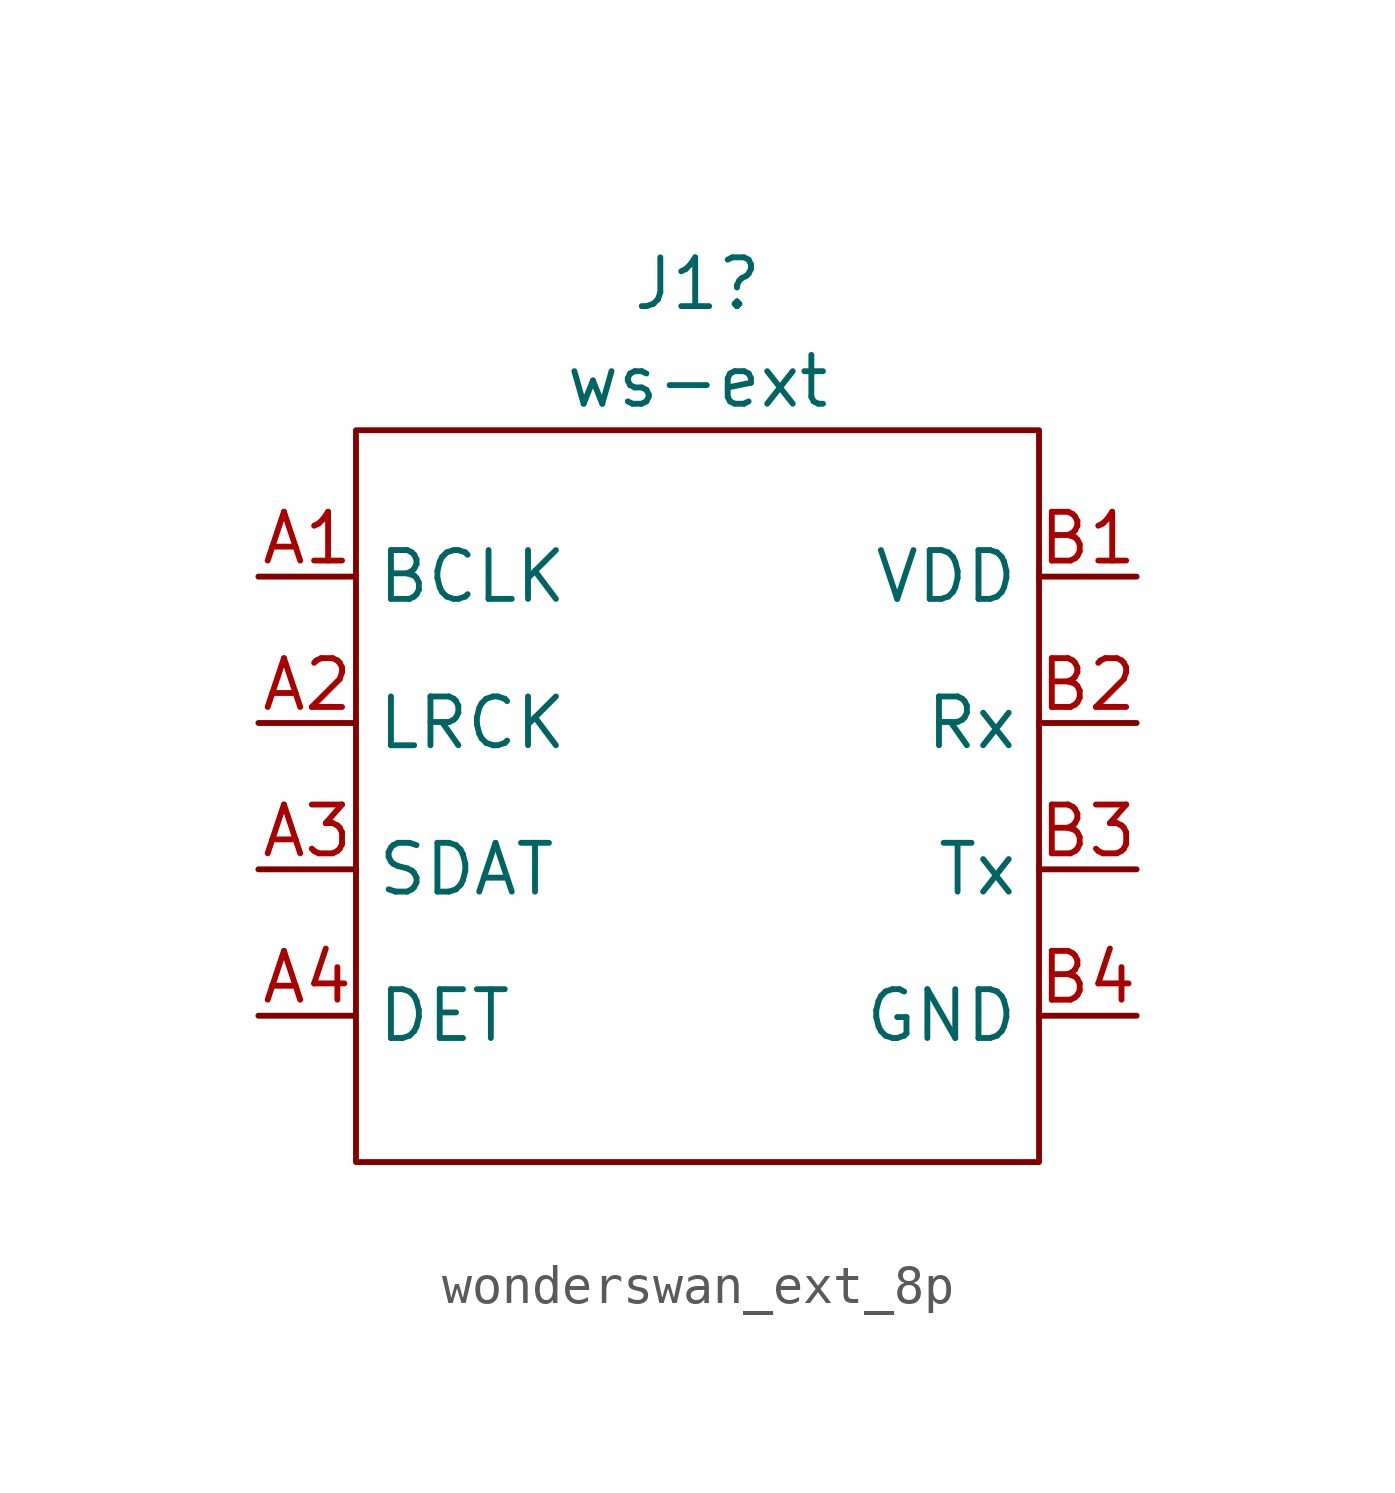
<source format=kicad_sym>
(kicad_symbol_lib
  (version 20231120)
  (generator "kicad_symbol_editor")
  (generator_version "8.0")
  (symbol "wonderswan_ext_8p"
    (property "Reference" "J1"
      (at 0 13.97 0)
      (effects (font (size 1.27 1.27))))
    (property "Value" "ws-ext"
      (at 0 11.43 0)
      (effects (font (size 1.27 1.27))))
    (symbol "wonderswan_ext_8p_0_1"
      (rectangle (start -8.89 10.16) (end 8.89 -8.89) (stroke (width 0) (type default)) (fill (type none))))
    (symbol "wonderswan_ext_8p_1_1"
      (pin passive line (at -11.43 6.35 0) (length 2.54) (name "BCLK" (effects (font (size 1.27 1.27)))) (number "A1" (effects (font (size 1.27 1.27)))))
      (pin passive line (at -11.43 2.54 0) (length 2.54) (name "LRCK" (effects (font (size 1.27 1.27)))) (number "A2" (effects (font (size 1.27 1.27)))))
      (pin passive line (at -11.43 -1.27 0) (length 2.54) (name "SDAT" (effects (font (size 1.27 1.27)))) (number "A3" (effects (font (size 1.27 1.27)))))
      (pin passive line (at -11.43 -5.08 0) (length 2.54) (name "DET" (effects (font (size 1.27 1.27)))) (number "A4" (effects (font (size 1.27 1.27)))))
      (pin passive line (at 11.43 6.35 180) (length 2.54) (name "VDD" (effects (font (size 1.27 1.27)))) (number "B1" (effects (font (size 1.27 1.27)))))
      (pin passive line (at 11.43 2.54 180) (length 2.54) (name "Rx" (effects (font (size 1.27 1.27)))) (number "B2" (effects (font (size 1.27 1.27)))))
      (pin passive line (at 11.43 -1.27 180) (length 2.54) (name "Tx" (effects (font (size 1.27 1.27)))) (number "B3" (effects (font (size 1.27 1.27)))))
      (pin passive line (at 11.43 -5.08 180) (length 2.54) (name "GND" (effects (font (size 1.27 1.27)))) (number "B4" (effects (font (size 1.27 1.27))))))))
</source>
